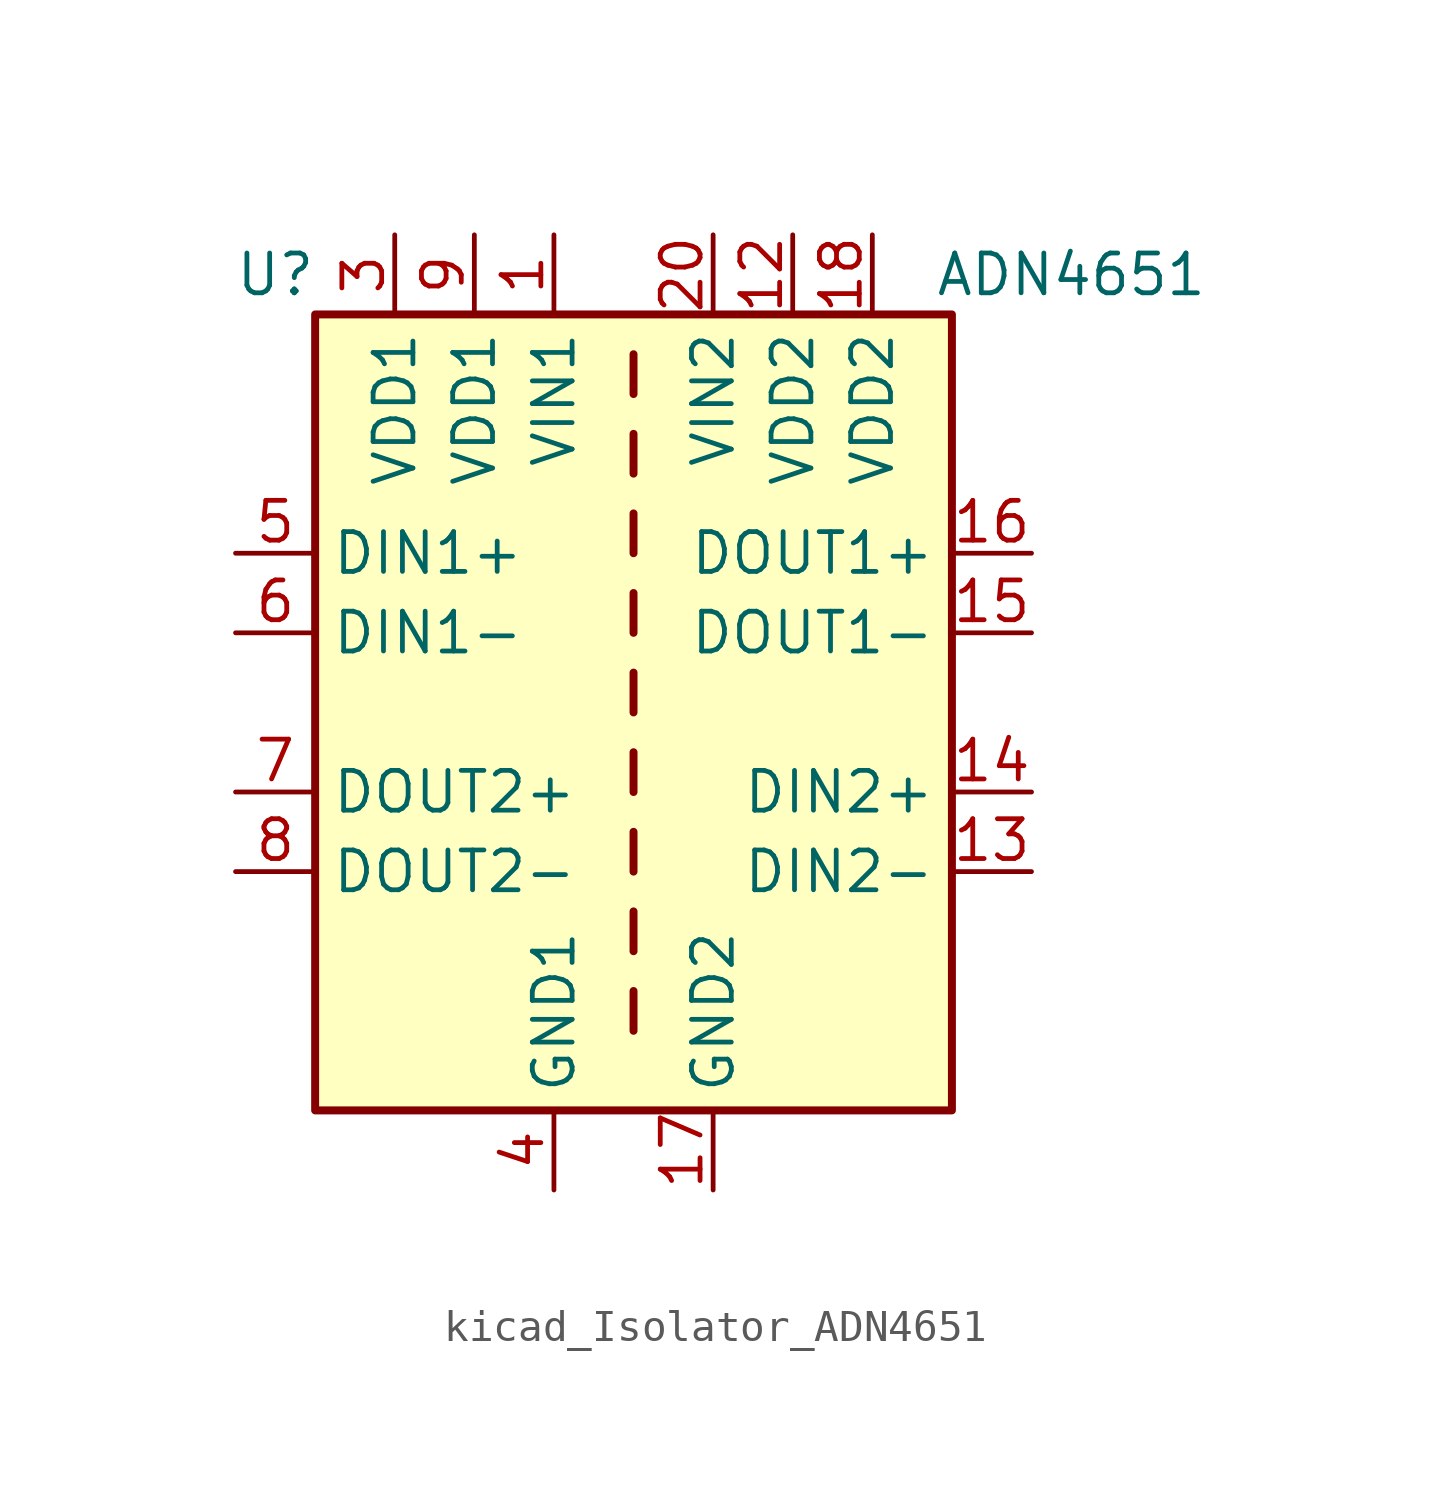
<source format=kicad_sym>
(kicad_symbol_lib
  (version 20220914)
  (generator kicad_symbol_editor)
  (symbol "kicad_Isolator_ADN4651"
    (property "Reference" "U"
      (at -11.43 13.97 0)
      (effects (font (size 1.27 1.27))))
    (property "Value" "ADN4651"
      (at 13.97 13.97 0)
      (effects (font (size 1.27 1.27))))
    (symbol "kicad_Isolator_ADN4651_0_0"
      (pin power_in line (at 5.08 15.24 270) (length 2.54) (name "VDD2" (effects (font (size 1.27 1.27)))) (number "12" (effects (font (size 1.27 1.27)))))
      (pin power_in line (at -5.08 15.24 270) (length 2.54) (name "VDD1" (effects (font (size 1.27 1.27)))) (number "9" (effects (font (size 1.27 1.27))))))
    (symbol "kicad_Isolator_ADN4651_0_1"
      (rectangle (start -10.16 12.7) (end 10.16 -12.7) (stroke (width 0.254) (type default)) (fill (type background)))
      (polyline (pts (xy 0 -8.89) (xy 0 -10.16)) (stroke (width 0.254) (type default)) (fill (type none)))
      (polyline (pts (xy 0 -6.35) (xy 0 -7.62)) (stroke (width 0.254) (type default)) (fill (type none)))
      (polyline (pts (xy 0 -3.81) (xy 0 -5.08)) (stroke (width 0.254) (type default)) (fill (type none)))
      (polyline (pts (xy 0 -1.27) (xy 0 -2.54)) (stroke (width 0.254) (type default)) (fill (type none)))
      (polyline (pts (xy 0 1.27) (xy 0 0)) (stroke (width 0.254) (type default)) (fill (type none)))
      (polyline (pts (xy 0 3.81) (xy 0 2.54)) (stroke (width 0.254) (type default)) (fill (type none)))
      (polyline (pts (xy 0 6.35) (xy 0 5.08)) (stroke (width 0.254) (type default)) (fill (type none)))
      (polyline (pts (xy 0 8.89) (xy 0 7.62)) (stroke (width 0.254) (type default)) (fill (type none)))
      (polyline (pts (xy 0 11.43) (xy 0 10.16)) (stroke (width 0.254) (type default)) (fill (type none))))
    (symbol "kicad_Isolator_ADN4651_1_1"
      (pin power_in line (at -2.54 15.24 270) (length 2.54) (name "VIN1" (effects (font (size 1.27 1.27)))) (number "1" (effects (font (size 1.27 1.27)))))
      (pin passive line (at -2.54 -15.24 90) (length 2.54) hide (name "GND1" (effects (font (size 1.27 1.27)))) (number "10" (effects (font (size 1.27 1.27)))))
      (pin passive line (at 2.54 -15.24 90) (length 2.54) hide (name "GND2" (effects (font (size 1.27 1.27)))) (number "11" (effects (font (size 1.27 1.27)))))
      (pin input line (at 12.7 -5.08 180) (length 2.54) (name "DIN2-" (effects (font (size 1.27 1.27)))) (number "13" (effects (font (size 1.27 1.27)))))
      (pin input line (at 12.7 -2.54 180) (length 2.54) (name "DIN2+" (effects (font (size 1.27 1.27)))) (number "14" (effects (font (size 1.27 1.27)))))
      (pin output line (at 12.7 2.54 180) (length 2.54) (name "DOUT1-" (effects (font (size 1.27 1.27)))) (number "15" (effects (font (size 1.27 1.27)))))
      (pin output line (at 12.7 5.08 180) (length 2.54) (name "DOUT1+" (effects (font (size 1.27 1.27)))) (number "16" (effects (font (size 1.27 1.27)))))
      (pin power_in line (at 2.54 -15.24 90) (length 2.54) (name "GND2" (effects (font (size 1.27 1.27)))) (number "17" (effects (font (size 1.27 1.27)))))
      (pin power_in line (at 7.62 15.24 270) (length 2.54) (name "VDD2" (effects (font (size 1.27 1.27)))) (number "18" (effects (font (size 1.27 1.27)))))
      (pin passive line (at 2.54 -15.24 90) (length 2.54) hide (name "GND2" (effects (font (size 1.27 1.27)))) (number "19" (effects (font (size 1.27 1.27)))))
      (pin passive line (at -2.54 -15.24 90) (length 2.54) hide (name "GND1" (effects (font (size 1.27 1.27)))) (number "2" (effects (font (size 1.27 1.27)))))
      (pin power_in line (at 2.54 15.24 270) (length 2.54) (name "VIN2" (effects (font (size 1.27 1.27)))) (number "20" (effects (font (size 1.27 1.27)))))
      (pin power_in line (at -7.62 15.24 270) (length 2.54) (name "VDD1" (effects (font (size 1.27 1.27)))) (number "3" (effects (font (size 1.27 1.27)))))
      (pin power_in line (at -2.54 -15.24 90) (length 2.54) (name "GND1" (effects (font (size 1.27 1.27)))) (number "4" (effects (font (size 1.27 1.27)))))
      (pin input line (at -12.7 5.08 0) (length 2.54) (name "DIN1+" (effects (font (size 1.27 1.27)))) (number "5" (effects (font (size 1.27 1.27)))))
      (pin input line (at -12.7 2.54 0) (length 2.54) (name "DIN1-" (effects (font (size 1.27 1.27)))) (number "6" (effects (font (size 1.27 1.27)))))
      (pin output line (at -12.7 -2.54 0) (length 2.54) (name "DOUT2+" (effects (font (size 1.27 1.27)))) (number "7" (effects (font (size 1.27 1.27)))))
      (pin output line (at -12.7 -5.08 0) (length 2.54) (name "DOUT2-" (effects (font (size 1.27 1.27)))) (number "8" (effects (font (size 1.27 1.27))))))))
</source>
